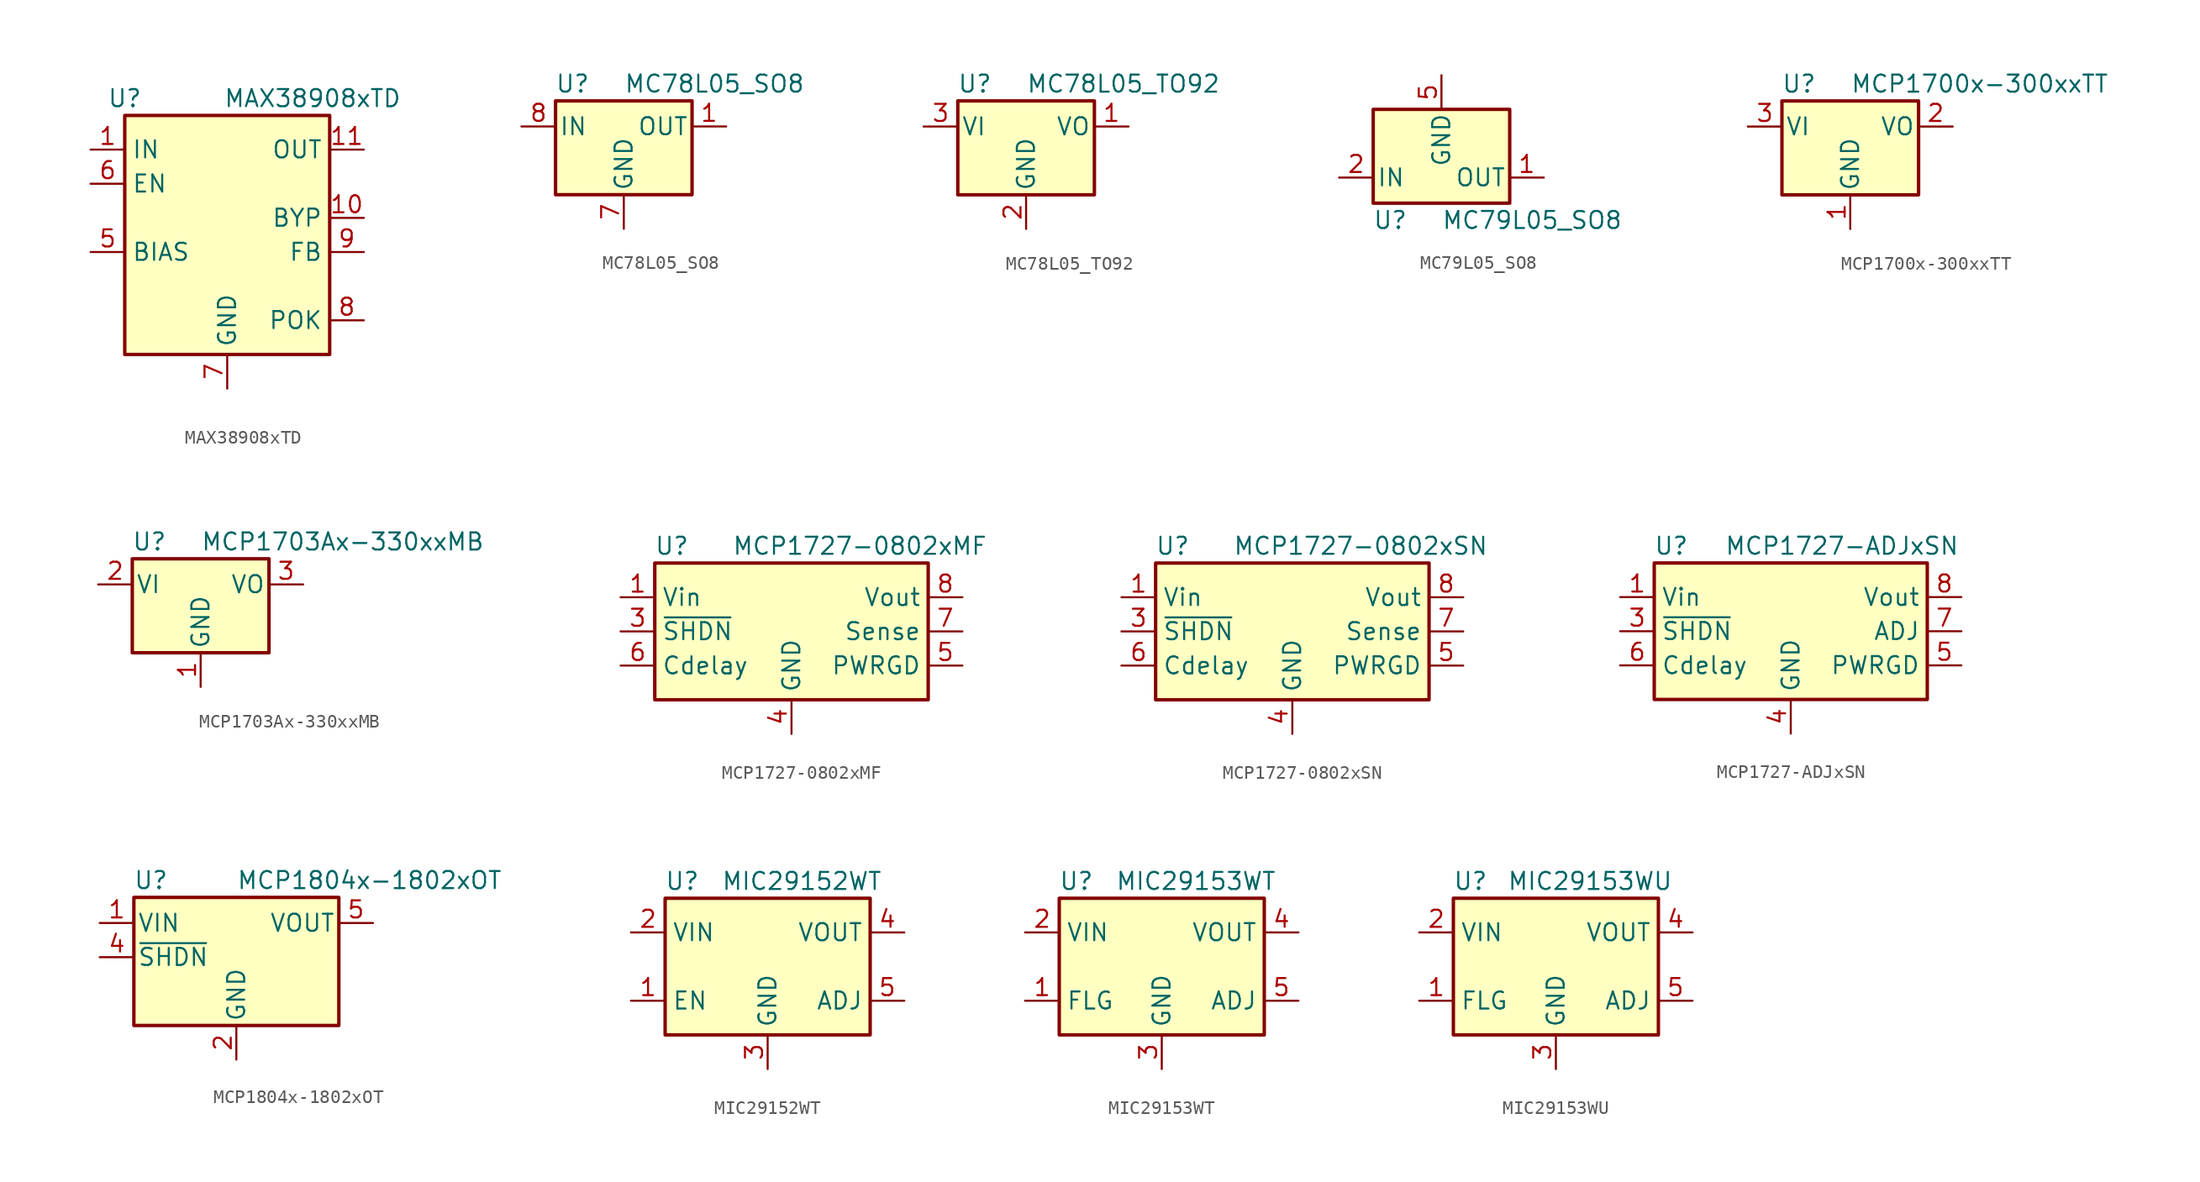
<source format=kicad_sym>
(kicad_symbol_lib
  (version 20241209)
  (generator "kicad_symbol_editor")
  (generator_version "9.0")
  (symbol "MAX38908xTD"
    (property "Reference" "U"
      (at -7.62 8.89 0)
      (effects (font (size 1.27 1.27))))
    (property "Value" "MAX38908xTD"
      (at 6.35 8.89 0)
      (effects (font (size 1.27 1.27))))
    (symbol "MAX38908xTD_0_1"
      (rectangle (start -7.62 7.62) (end 7.62 -10.16) (stroke (width 0.254) (type default)) (fill (type background))))
    (symbol "MAX38908xTD_1_1"
      (pin power_in line (at -10.16 5.08 0) (length 2.54) (name "IN" (effects (font (size 1.27 1.27)))) (number "1" (effects (font (size 1.27 1.27)))))
      (pin passive line (at -10.16 5.08 0) (length 2.54) (hide yes) (name "IN" (effects (font (size 1.27 1.27)))) (number "2" (effects (font (size 1.27 1.27)))))
      (pin passive line (at -10.16 5.08 0) (length 2.54) (hide yes) (name "IN" (effects (font (size 1.27 1.27)))) (number "3" (effects (font (size 1.27 1.27)))))
      (pin passive line (at -10.16 5.08 0) (length 2.54) (hide yes) (name "IN" (effects (font (size 1.27 1.27)))) (number "4" (effects (font (size 1.27 1.27)))))
      (pin input line (at -10.16 2.54 0) (length 2.54) (name "EN" (effects (font (size 1.27 1.27)))) (number "6" (effects (font (size 1.27 1.27)))))
      (pin power_in line (at -10.16 -2.54 0) (length 2.54) (name "BIAS" (effects (font (size 1.27 1.27)))) (number "5" (effects (font (size 1.27 1.27)))))
      (pin passive line (at 0 -12.7 90) (length 2.54) (hide yes) (name "GND" (effects (font (size 1.27 1.27)))) (number "15" (effects (font (size 1.27 1.27)))))
      (pin power_in line (at 0 -12.7 90) (length 2.54) (name "GND" (effects (font (size 1.27 1.27)))) (number "7" (effects (font (size 1.27 1.27)))))
      (pin power_out line (at 10.16 5.08 180) (length 2.54) (name "OUT" (effects (font (size 1.27 1.27)))) (number "11" (effects (font (size 1.27 1.27)))))
      (pin passive line (at 10.16 5.08 180) (length 2.54) (hide yes) (name "OUT" (effects (font (size 1.27 1.27)))) (number "12" (effects (font (size 1.27 1.27)))))
      (pin passive line (at 10.16 5.08 180) (length 2.54) (hide yes) (name "OUT" (effects (font (size 1.27 1.27)))) (number "13" (effects (font (size 1.27 1.27)))))
      (pin passive line (at 10.16 5.08 180) (length 2.54) (hide yes) (name "OUT" (effects (font (size 1.27 1.27)))) (number "14" (effects (font (size 1.27 1.27)))))
      (pin passive line (at 10.16 0 180) (length 2.54) (name "BYP" (effects (font (size 1.27 1.27)))) (number "10" (effects (font (size 1.27 1.27)))))
      (pin input line (at 10.16 -2.54 180) (length 2.54) (name "FB" (effects (font (size 1.27 1.27)))) (number "9" (effects (font (size 1.27 1.27)))))
      (pin open_collector line (at 10.16 -7.62 180) (length 2.54) (name "POK" (effects (font (size 1.27 1.27)))) (number "8" (effects (font (size 1.27 1.27)))))))
  (symbol "MC78L05_SO8"
    (pin_names
      (offset 0.254))
    (property "Reference" "U"
      (at -3.81 3.175 0)
      (effects (font (size 1.27 1.27))))
    (property "Value" "MC78L05_SO8"
      (at 0 3.175 0)
      (effects (font (size 1.27 1.27)) (justify left)))
    (symbol "MC78L05_SO8_0_1"
      (rectangle (start -5.08 1.905) (end 5.08 -5.08) (stroke (width 0.254) (type default)) (fill (type background))))
    (symbol "MC78L05_SO8_1_1"
      (pin power_in line (at -7.62 0 0) (length 2.54) (name "IN" (effects (font (size 1.27 1.27)))) (number "8" (effects (font (size 1.27 1.27)))))
      (pin no_connect line (at -5.08 -2.54 0) (length 2.54) (hide yes) (name "NC" (effects (font (size 1.27 1.27)))) (number "4" (effects (font (size 1.27 1.27)))))
      (pin passive line (at 0 -7.62 90) (length 2.54) (hide yes) (name "GND" (effects (font (size 1.27 1.27)))) (number "2" (effects (font (size 1.27 1.27)))))
      (pin passive line (at 0 -7.62 90) (length 2.54) (hide yes) (name "GND" (effects (font (size 1.27 1.27)))) (number "3" (effects (font (size 1.27 1.27)))))
      (pin passive line (at 0 -7.62 90) (length 2.54) (hide yes) (name "GND" (effects (font (size 1.27 1.27)))) (number "6" (effects (font (size 1.27 1.27)))))
      (pin power_in line (at 0 -7.62 90) (length 2.54) (name "GND" (effects (font (size 1.27 1.27)))) (number "7" (effects (font (size 1.27 1.27)))))
      (pin no_connect line (at 5.08 -2.54 180) (length 2.54) (hide yes) (name "NC" (effects (font (size 1.27 1.27)))) (number "5" (effects (font (size 1.27 1.27)))))
      (pin power_out line (at 7.62 0 180) (length 2.54) (name "OUT" (effects (font (size 1.27 1.27)))) (number "1" (effects (font (size 1.27 1.27)))))))
  (symbol "MC78L05_TO92"
    (pin_names
      (offset 0.254))
    (property "Reference" "U"
      (at -3.81 3.175 0)
      (effects (font (size 1.27 1.27))))
    (property "Value" "MC78L05_TO92"
      (at 0 3.175 0)
      (effects (font (size 1.27 1.27)) (justify left)))
    (symbol "MC78L05_TO92_0_1"
      (rectangle (start -5.08 -5.08) (end 5.08 1.905) (stroke (width 0.254) (type default)) (fill (type background))))
    (symbol "MC78L05_TO92_1_1"
      (pin power_in line (at -7.62 0 0) (length 2.54) (name "VI" (effects (font (size 1.27 1.27)))) (number "3" (effects (font (size 1.27 1.27)))))
      (pin power_in line (at 0 -7.62 90) (length 2.54) (name "GND" (effects (font (size 1.27 1.27)))) (number "2" (effects (font (size 1.27 1.27)))))
      (pin power_out line (at 7.62 0 180) (length 2.54) (name "VO" (effects (font (size 1.27 1.27)))) (number "1" (effects (font (size 1.27 1.27)))))))
  (symbol "MC79L05_SO8"
    (pin_names
      (offset 0.254))
    (property "Reference" "U"
      (at -3.81 -3.175 0)
      (effects (font (size 1.27 1.27))))
    (property "Value" "MC79L05_SO8"
      (at 0 -3.175 0)
      (effects (font (size 1.27 1.27)) (justify left)))
    (symbol "MC79L05_SO8_0_1"
      (rectangle (start -5.08 5.08) (end 5.08 -1.905) (stroke (width 0.254) (type default)) (fill (type background))))
    (symbol "MC79L05_SO8_1_1"
      (pin power_in line (at -7.62 0 0) (length 2.54) (name "IN" (effects (font (size 1.27 1.27)))) (number "2" (effects (font (size 1.27 1.27)))))
      (pin passive line (at -7.62 0 0) (length 2.54) (hide yes) (name "IN" (effects (font (size 1.27 1.27)))) (number "3" (effects (font (size 1.27 1.27)))))
      (pin passive line (at -7.62 0 0) (length 2.54) (hide yes) (name "IN" (effects (font (size 1.27 1.27)))) (number "6" (effects (font (size 1.27 1.27)))))
      (pin passive line (at -7.62 0 0) (length 2.54) (hide yes) (name "IN" (effects (font (size 1.27 1.27)))) (number "7" (effects (font (size 1.27 1.27)))))
      (pin no_connect line (at -5.08 2.54 0) (length 2.54) (hide yes) (name "NC" (effects (font (size 1.27 1.27)))) (number "8" (effects (font (size 1.27 1.27)))))
      (pin power_in line (at 0 7.62 270) (length 2.54) (name "GND" (effects (font (size 1.27 1.27)))) (number "5" (effects (font (size 1.27 1.27)))))
      (pin no_connect line (at 5.08 2.54 180) (length 2.54) (hide yes) (name "NC" (effects (font (size 1.27 1.27)))) (number "4" (effects (font (size 1.27 1.27)))))
      (pin power_out line (at 7.62 0 180) (length 2.54) (name "OUT" (effects (font (size 1.27 1.27)))) (number "1" (effects (font (size 1.27 1.27)))))))
  (symbol "MCP1700x-300xxTT"
    (pin_names
      (offset 0.254))
    (property "Reference" "U"
      (at -3.81 3.175 0)
      (effects (font (size 1.27 1.27))))
    (property "Value" "MCP1700x-300xxTT"
      (at 0 3.175 0)
      (effects (font (size 1.27 1.27)) (justify left)))
    (symbol "MCP1700x-300xxTT_0_1"
      (rectangle (start -5.08 1.905) (end 5.08 -5.08) (stroke (width 0.254) (type default)) (fill (type background))))
    (symbol "MCP1700x-300xxTT_1_1"
      (pin power_in line (at -7.62 0 0) (length 2.54) (name "VI" (effects (font (size 1.27 1.27)))) (number "3" (effects (font (size 1.27 1.27)))))
      (pin power_in line (at 0 -7.62 90) (length 2.54) (name "GND" (effects (font (size 1.27 1.27)))) (number "1" (effects (font (size 1.27 1.27)))))
      (pin power_out line (at 7.62 0 180) (length 2.54) (name "VO" (effects (font (size 1.27 1.27)))) (number "2" (effects (font (size 1.27 1.27)))))))
  (symbol "MCP1703Ax-330xxMB"
    (pin_names
      (offset 0.254))
    (property "Reference" "U"
      (at -3.81 3.175 0)
      (effects (font (size 1.27 1.27))))
    (property "Value" "MCP1703Ax-330xxMB"
      (at 0 3.175 0)
      (effects (font (size 1.27 1.27)) (justify left)))
    (symbol "MCP1703Ax-330xxMB_0_1"
      (rectangle (start -5.08 -5.08) (end 5.08 1.905) (stroke (width 0.254) (type default)) (fill (type background))))
    (symbol "MCP1703Ax-330xxMB_1_1"
      (pin power_in line (at -7.62 0 0) (length 2.54) (name "VI" (effects (font (size 1.27 1.27)))) (number "2" (effects (font (size 1.27 1.27)))))
      (pin power_in line (at 0 -7.62 90) (length 2.54) (name "GND" (effects (font (size 1.27 1.27)))) (number "1" (effects (font (size 1.27 1.27)))))
      (pin power_out line (at 7.62 0 180) (length 2.54) (name "VO" (effects (font (size 1.27 1.27)))) (number "3" (effects (font (size 1.27 1.27)))))))
  (symbol "MCP1727-0802xMF"
    (property "Reference" "U"
      (at -8.89 6.35 0)
      (effects (font (size 1.27 1.27))))
    (property "Value" "MCP1727-0802xMF"
      (at 5.08 6.35 0)
      (effects (font (size 1.27 1.27))))
    (symbol "MCP1727-0802xMF_0_0"
      (pin input line (at -12.7 -2.54 0) (length 2.54) (name "Cdelay" (effects (font (size 1.27 1.27)))) (number "6" (effects (font (size 1.27 1.27)))))
      (pin power_out line (at 12.7 2.54 180) (length 2.54) (name "Vout" (effects (font (size 1.27 1.27)))) (number "8" (effects (font (size 1.27 1.27)))))
      (pin input line (at 12.7 0 180) (length 2.54) (name "Sense" (effects (font (size 1.27 1.27)))) (number "7" (effects (font (size 1.27 1.27)))))
      (pin open_collector line (at 12.7 -2.54 180) (length 2.54) (name "PWRGD" (effects (font (size 1.27 1.27)))) (number "5" (effects (font (size 1.27 1.27))))))
    (symbol "MCP1727-0802xMF_0_1"
      (rectangle (start -10.16 5.08) (end 10.16 -5.08) (stroke (width 0.254) (type default)) (fill (type background))))
    (symbol "MCP1727-0802xMF_1_1"
      (pin power_in line (at -12.7 2.54 0) (length 2.54) (name "Vin" (effects (font (size 1.27 1.27)))) (number "1" (effects (font (size 1.27 1.27)))))
      (pin passive line (at -12.7 2.54 0) (length 2.54) (hide yes) (name "Vin" (effects (font (size 1.27 1.27)))) (number "2" (effects (font (size 1.27 1.27)))))
      (pin input line (at -12.7 0 0) (length 2.54) (name "~{SHDN}" (effects (font (size 1.27 1.27)))) (number "3" (effects (font (size 1.27 1.27)))))
      (pin power_in line (at 0 -7.62 90) (length 2.54) (name "GND" (effects (font (size 1.27 1.27)))) (number "4" (effects (font (size 1.27 1.27)))))
      (pin passive line (at 0 -7.62 90) (length 2.54) (hide yes) (name "GND" (effects (font (size 1.27 1.27)))) (number "9" (effects (font (size 1.27 1.27)))))))
  (symbol "MCP1727-0802xSN"
    (property "Reference" "U"
      (at -8.89 6.35 0)
      (effects (font (size 1.27 1.27))))
    (property "Value" "MCP1727-0802xSN"
      (at 5.08 6.35 0)
      (effects (font (size 1.27 1.27))))
    (symbol "MCP1727-0802xSN_0_0"
      (pin input line (at -12.7 -2.54 0) (length 2.54) (name "Cdelay" (effects (font (size 1.27 1.27)))) (number "6" (effects (font (size 1.27 1.27)))))
      (pin power_out line (at 12.7 2.54 180) (length 2.54) (name "Vout" (effects (font (size 1.27 1.27)))) (number "8" (effects (font (size 1.27 1.27)))))
      (pin input line (at 12.7 0 180) (length 2.54) (name "Sense" (effects (font (size 1.27 1.27)))) (number "7" (effects (font (size 1.27 1.27)))))
      (pin open_collector line (at 12.7 -2.54 180) (length 2.54) (name "PWRGD" (effects (font (size 1.27 1.27)))) (number "5" (effects (font (size 1.27 1.27))))))
    (symbol "MCP1727-0802xSN_0_1"
      (rectangle (start -10.16 5.08) (end 10.16 -5.08) (stroke (width 0.254) (type default)) (fill (type background))))
    (symbol "MCP1727-0802xSN_1_1"
      (pin power_in line (at -12.7 2.54 0) (length 2.54) (name "Vin" (effects (font (size 1.27 1.27)))) (number "1" (effects (font (size 1.27 1.27)))))
      (pin passive line (at -12.7 2.54 0) (length 2.54) (hide yes) (name "Vin" (effects (font (size 1.27 1.27)))) (number "2" (effects (font (size 1.27 1.27)))))
      (pin input line (at -12.7 0 0) (length 2.54) (name "~{SHDN}" (effects (font (size 1.27 1.27)))) (number "3" (effects (font (size 1.27 1.27)))))
      (pin power_in line (at 0 -7.62 90) (length 2.54) (name "GND" (effects (font (size 1.27 1.27)))) (number "4" (effects (font (size 1.27 1.27)))))))
  (symbol "MCP1727-ADJxSN"
    (property "Reference" "U"
      (at -8.89 6.35 0)
      (effects (font (size 1.27 1.27))))
    (property "Value" "MCP1727-ADJxSN"
      (at 3.81 6.35 0)
      (effects (font (size 1.27 1.27))))
    (symbol "MCP1727-ADJxSN_0_0"
      (pin input line (at -12.7 -2.54 0) (length 2.54) (name "Cdelay" (effects (font (size 1.27 1.27)))) (number "6" (effects (font (size 1.27 1.27)))))
      (pin power_out line (at 12.7 2.54 180) (length 2.54) (name "Vout" (effects (font (size 1.27 1.27)))) (number "8" (effects (font (size 1.27 1.27)))))
      (pin input line (at 12.7 0 180) (length 2.54) (name "ADJ" (effects (font (size 1.27 1.27)))) (number "7" (effects (font (size 1.27 1.27)))))
      (pin open_collector line (at 12.7 -2.54 180) (length 2.54) (name "PWRGD" (effects (font (size 1.27 1.27)))) (number "5" (effects (font (size 1.27 1.27))))))
    (symbol "MCP1727-ADJxSN_0_1"
      (rectangle (start -10.16 5.08) (end 10.16 -5.08) (stroke (width 0.254) (type default)) (fill (type background))))
    (symbol "MCP1727-ADJxSN_1_1"
      (pin power_in line (at -12.7 2.54 0) (length 2.54) (name "Vin" (effects (font (size 1.27 1.27)))) (number "1" (effects (font (size 1.27 1.27)))))
      (pin passive line (at -12.7 2.54 0) (length 2.54) (hide yes) (name "Vin" (effects (font (size 1.27 1.27)))) (number "2" (effects (font (size 1.27 1.27)))))
      (pin input line (at -12.7 0 0) (length 2.54) (name "~{SHDN}" (effects (font (size 1.27 1.27)))) (number "3" (effects (font (size 1.27 1.27)))))
      (pin power_in line (at 0 -7.62 90) (length 2.54) (name "GND" (effects (font (size 1.27 1.27)))) (number "4" (effects (font (size 1.27 1.27)))))))
  (symbol "MCP1804x-1802xOT"
    (pin_names
      (offset 0.254))
    (property "Reference" "U"
      (at -6.35 5.715 0)
      (effects (font (size 1.27 1.27))))
    (property "Value" "MCP1804x-1802xOT"
      (at 0 5.715 0)
      (effects (font (size 1.27 1.27)) (justify left)))
    (symbol "MCP1804x-1802xOT_0_1"
      (rectangle (start -7.62 -5.08) (end 7.62 4.445) (stroke (width 0.254) (type default)) (fill (type background))))
    (symbol "MCP1804x-1802xOT_1_1"
      (pin power_in line (at -10.16 2.54 0) (length 2.54) (name "VIN" (effects (font (size 1.27 1.27)))) (number "1" (effects (font (size 1.27 1.27)))))
      (pin input line (at -10.16 0 0) (length 2.54) (name "~{SHDN}" (effects (font (size 1.27 1.27)))) (number "4" (effects (font (size 1.27 1.27)))))
      (pin power_in line (at 0 -7.62 90) (length 2.54) (name "GND" (effects (font (size 1.27 1.27)))) (number "2" (effects (font (size 1.27 1.27)))))
      (pin no_connect line (at 7.62 0 180) (length 2.54) (hide yes) (name "NC" (effects (font (size 1.27 1.27)))) (number "3" (effects (font (size 1.27 1.27)))))
      (pin power_out line (at 10.16 2.54 180) (length 2.54) (name "VOUT" (effects (font (size 1.27 1.27)))) (number "5" (effects (font (size 1.27 1.27)))))))
  (symbol "MIC29152WT"
    (property "Reference" "U"
      (at -6.35 6.35 0)
      (effects (font (size 1.27 1.27))))
    (property "Value" "MIC29152WT"
      (at 2.54 6.35 0)
      (effects (font (size 1.27 1.27))))
    (symbol "MIC29152WT_1_1"
      (rectangle (start -7.62 5.08) (end 7.62 -5.08) (stroke (width 0.254) (type default)) (fill (type background)))
      (pin power_in line (at -10.16 2.54 0) (length 2.54) (name "VIN" (effects (font (size 1.27 1.27)))) (number "2" (effects (font (size 1.27 1.27)))))
      (pin input line (at -10.16 -2.54 0) (length 2.54) (name "EN" (effects (font (size 1.27 1.27)))) (number "1" (effects (font (size 1.27 1.27)))))
      (pin power_in line (at 0 -7.62 90) (length 2.54) (name "GND" (effects (font (size 1.27 1.27)))) (number "3" (effects (font (size 1.27 1.27)))))
      (pin power_out line (at 10.16 2.54 180) (length 2.54) (name "VOUT" (effects (font (size 1.27 1.27)))) (number "4" (effects (font (size 1.27 1.27)))))
      (pin input line (at 10.16 -2.54 180) (length 2.54) (name "ADJ" (effects (font (size 1.27 1.27)))) (number "5" (effects (font (size 1.27 1.27)))))))
  (symbol "MIC29153WT"
    (property "Reference" "U"
      (at -6.35 6.35 0)
      (effects (font (size 1.27 1.27))))
    (property "Value" "MIC29153WT"
      (at 2.54 6.35 0)
      (effects (font (size 1.27 1.27))))
    (symbol "MIC29153WT_1_1"
      (rectangle (start -7.62 5.08) (end 7.62 -5.08) (stroke (width 0.254) (type default)) (fill (type background)))
      (pin power_in line (at -10.16 2.54 0) (length 2.54) (name "VIN" (effects (font (size 1.27 1.27)))) (number "2" (effects (font (size 1.27 1.27)))))
      (pin open_collector line (at -10.16 -2.54 0) (length 2.54) (name "FLG" (effects (font (size 1.27 1.27)))) (number "1" (effects (font (size 1.27 1.27)))))
      (pin power_in line (at 0 -7.62 90) (length 2.54) (name "GND" (effects (font (size 1.27 1.27)))) (number "3" (effects (font (size 1.27 1.27)))))
      (pin power_out line (at 10.16 2.54 180) (length 2.54) (name "VOUT" (effects (font (size 1.27 1.27)))) (number "4" (effects (font (size 1.27 1.27)))))
      (pin input line (at 10.16 -2.54 180) (length 2.54) (name "ADJ" (effects (font (size 1.27 1.27)))) (number "5" (effects (font (size 1.27 1.27)))))))
  (symbol "MIC29153WU"
    (property "Reference" "U"
      (at -6.35 6.35 0)
      (effects (font (size 1.27 1.27))))
    (property "Value" "MIC29153WU"
      (at 2.54 6.35 0)
      (effects (font (size 1.27 1.27))))
    (symbol "MIC29153WU_1_1"
      (rectangle (start -7.62 5.08) (end 7.62 -5.08) (stroke (width 0.254) (type default)) (fill (type background)))
      (pin power_in line (at -10.16 2.54 0) (length 2.54) (name "VIN" (effects (font (size 1.27 1.27)))) (number "2" (effects (font (size 1.27 1.27)))))
      (pin open_collector line (at -10.16 -2.54 0) (length 2.54) (name "FLG" (effects (font (size 1.27 1.27)))) (number "1" (effects (font (size 1.27 1.27)))))
      (pin power_in line (at 0 -7.62 90) (length 2.54) (name "GND" (effects (font (size 1.27 1.27)))) (number "3" (effects (font (size 1.27 1.27)))))
      (pin power_out line (at 10.16 2.54 180) (length 2.54) (name "VOUT" (effects (font (size 1.27 1.27)))) (number "4" (effects (font (size 1.27 1.27)))))
      (pin input line (at 10.16 -2.54 180) (length 2.54) (name "ADJ" (effects (font (size 1.27 1.27)))) (number "5" (effects (font (size 1.27 1.27))))))))
</source>
